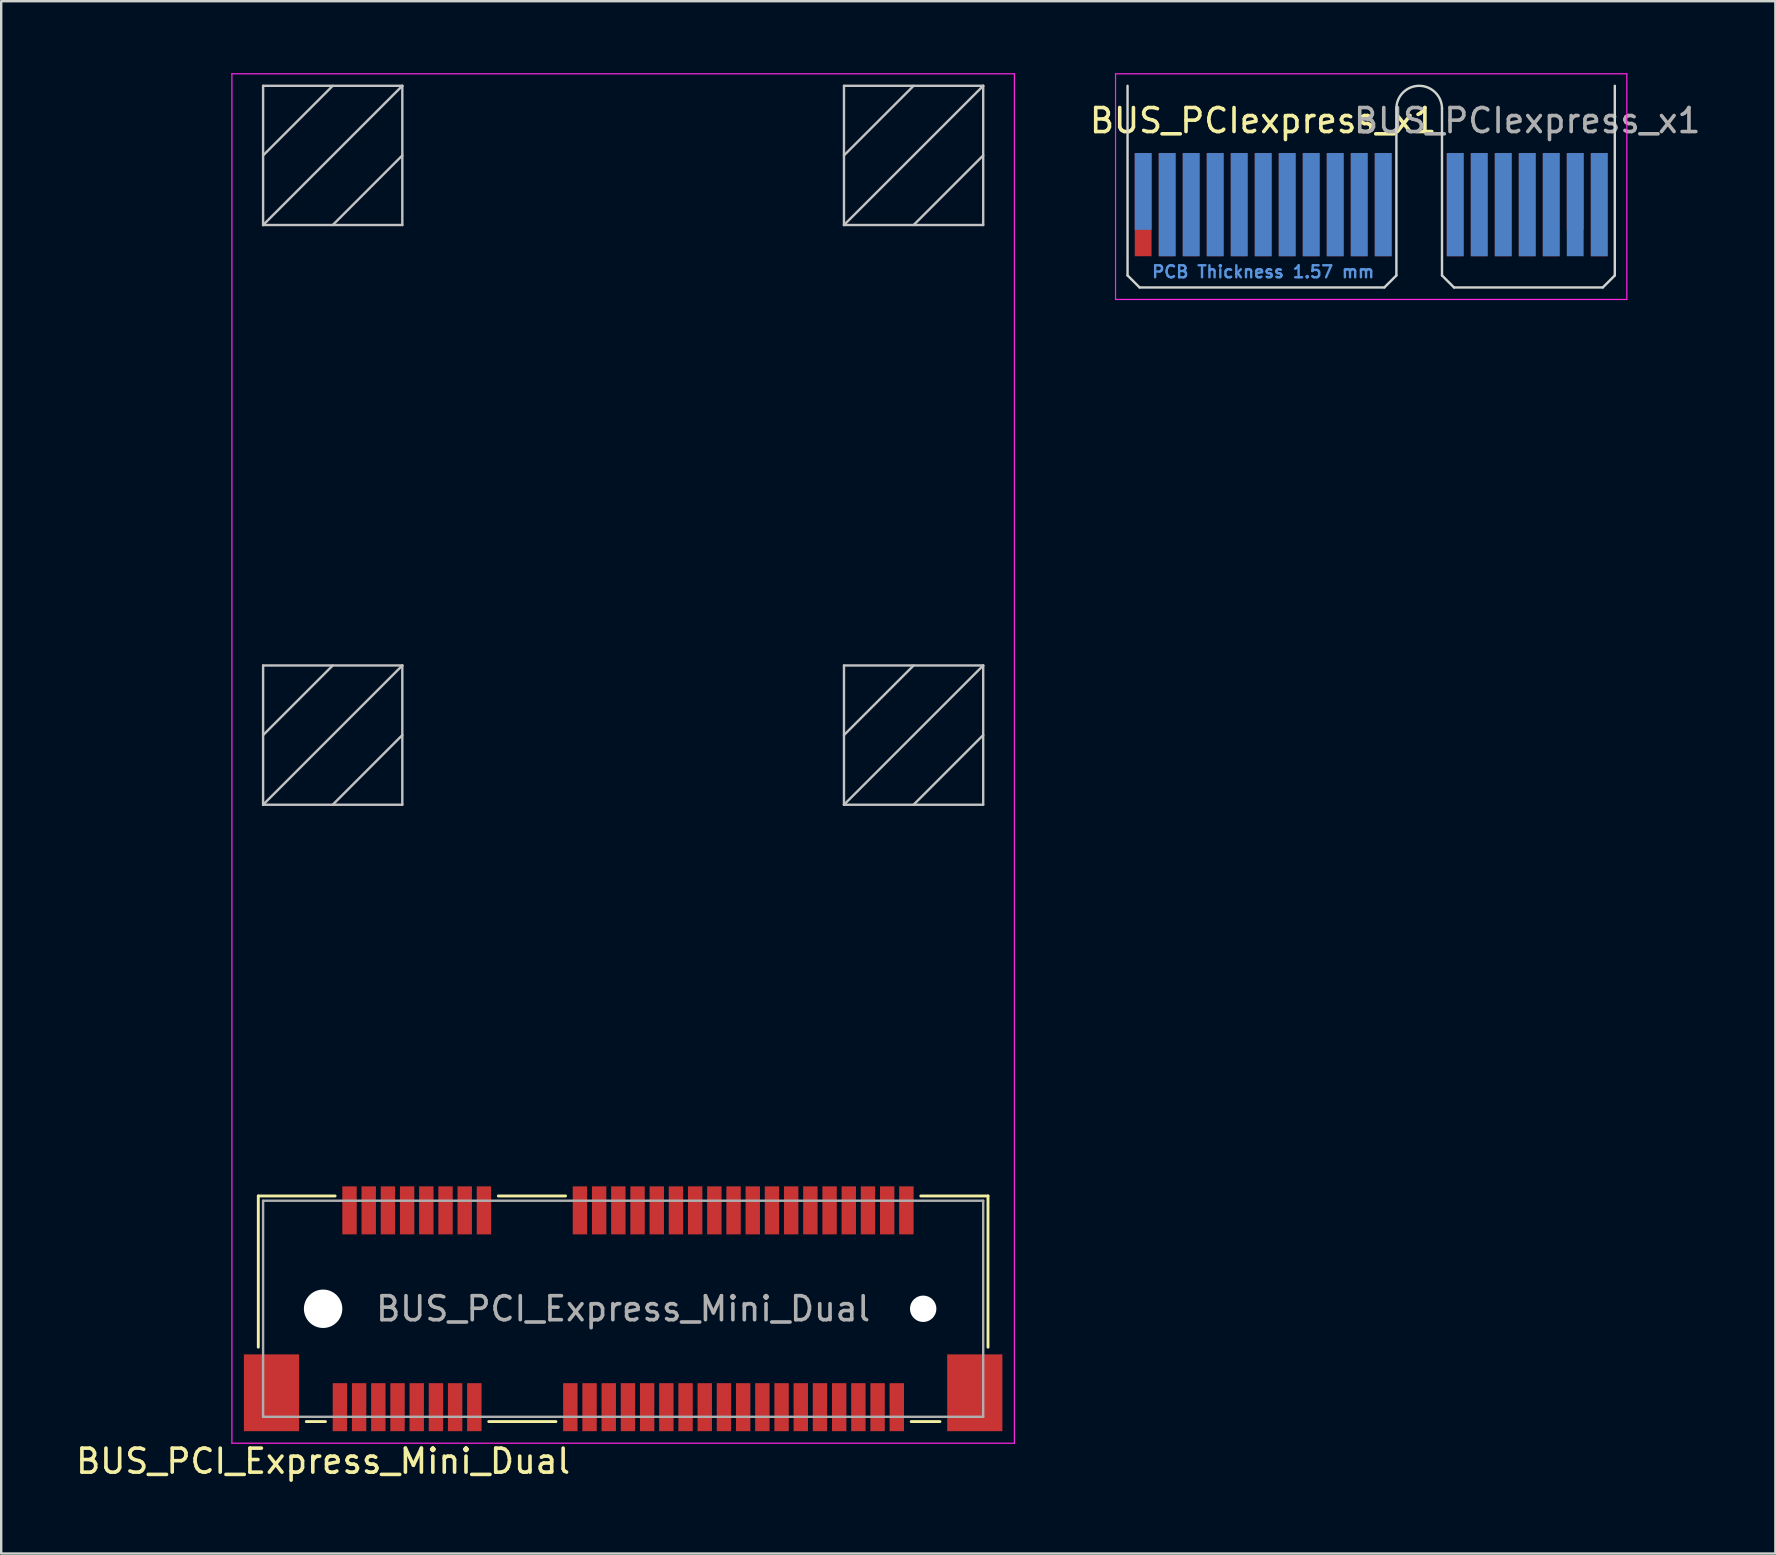
<source format=kicad_pcb>
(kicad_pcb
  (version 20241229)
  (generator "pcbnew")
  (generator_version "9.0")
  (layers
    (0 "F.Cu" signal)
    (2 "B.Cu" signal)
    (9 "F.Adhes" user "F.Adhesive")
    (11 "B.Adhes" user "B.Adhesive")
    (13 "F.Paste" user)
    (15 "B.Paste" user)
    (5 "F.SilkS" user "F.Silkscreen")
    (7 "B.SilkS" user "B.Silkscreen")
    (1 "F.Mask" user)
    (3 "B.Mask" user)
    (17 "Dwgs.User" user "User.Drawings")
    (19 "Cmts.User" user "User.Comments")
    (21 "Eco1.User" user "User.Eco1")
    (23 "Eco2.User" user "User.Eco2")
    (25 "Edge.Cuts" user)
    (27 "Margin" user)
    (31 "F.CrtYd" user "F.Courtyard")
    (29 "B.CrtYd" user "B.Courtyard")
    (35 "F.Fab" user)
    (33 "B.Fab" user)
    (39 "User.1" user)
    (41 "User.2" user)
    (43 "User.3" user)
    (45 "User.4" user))
  (footprint "BUS_PCI_Express_Mini_Dual"
    (layer "F.Cu")
    (at 22.911 51.475)
    (property "Reference" "BUS_PCI_Express_Mini_Dual" (at -12.5 6.35 180) (layer "F.SilkS") (effects (font (size 1 1) (thickness 0.15))))
    (attr smd)
    (fp_line (start -15.2 -4.7) (end -15.2 1.6) (stroke (width 0.12) (type solid)) (layer "F.SilkS"))
    (fp_line (start -13.2 4.7) (end -12.4 4.7) (stroke (width 0.12) (type solid)) (layer "F.SilkS"))
    (fp_line (start -12 -4.7) (end -15.2 -4.7) (stroke (width 0.12) (type solid)) (layer "F.SilkS"))
    (fp_line (start -5.6 4.7) (end -2.8 4.7) (stroke (width 0.12) (type solid)) (layer "F.SilkS"))
    (fp_line (start -5.2 -4.7) (end -2.4 -4.7) (stroke (width 0.12) (type solid)) (layer "F.SilkS"))
    (fp_line (start 12 4.7) (end 13.2 4.7) (stroke (width 0.12) (type solid)) (layer "F.SilkS"))
    (fp_line (start 12.4 -4.7) (end 15.2 -4.7) (stroke (width 0.12) (type solid)) (layer "F.SilkS"))
    (fp_line (start 15.2 1.6) (end 15.2 -4.7) (stroke (width 0.12) (type solid)) (layer "F.SilkS"))
    (fp_line (start -15 -50.95) (end -15 -45.15) (stroke (width 0.1) (type solid)) (layer "Dwgs.User"))
    (fp_line (start -15 -50.95) (end -9.2 -50.95) (stroke (width 0.1) (type solid)) (layer "Dwgs.User"))
    (fp_line (start -15 -45.15) (end -9.2 -45.15) (stroke (width 0.1) (type solid)) (layer "Dwgs.User"))
    (fp_line (start -15 -26.8) (end -15 -21) (stroke (width 0.1) (type solid)) (layer "Dwgs.User"))
    (fp_line (start -15 -21) (end -9.2 -21) (stroke (width 0.1) (type solid)) (layer "Dwgs.User"))
    (fp_line (start -12.1 -50.95) (end -15 -48.05) (stroke (width 0.1) (type solid)) (layer "Dwgs.User"))
    (fp_line (start -12.1 -26.8) (end -15 -23.9) (stroke (width 0.1) (type solid)) (layer "Dwgs.User"))
    (fp_line (start -9.2 -50.95) (end -15 -45.15) (stroke (width 0.1) (type solid)) (layer "Dwgs.User"))
    (fp_line (start -9.2 -50.95) (end -9.2 -45.15) (stroke (width 0.1) (type solid)) (layer "Dwgs.User"))
    (fp_line (start -9.2 -48.05) (end -12.1 -45.15) (stroke (width 0.1) (type solid)) (layer "Dwgs.User"))
    (fp_line (start -9.2 -26.8) (end -15 -26.8) (stroke (width 0.1) (type solid)) (layer "Dwgs.User"))
    (fp_line (start -9.2 -26.8) (end -15 -21) (stroke (width 0.1) (type solid)) (layer "Dwgs.User"))
    (fp_line (start -9.2 -23.9) (end -12.1 -21) (stroke (width 0.1) (type solid)) (layer "Dwgs.User"))
    (fp_line (start -9.2 -21) (end -9.2 -26.8) (stroke (width 0.1) (type solid)) (layer "Dwgs.User"))
    (fp_line (start 9.2 -50.95) (end 9.2 -45.15) (stroke (width 0.1) (type solid)) (layer "Dwgs.User"))
    (fp_line (start 9.2 -50.95) (end 15 -50.95) (stroke (width 0.1) (type solid)) (layer "Dwgs.User"))
    (fp_line (start 9.2 -45.15) (end 15 -45.15) (stroke (width 0.1) (type solid)) (layer "Dwgs.User"))
    (fp_line (start 9.2 -26.8) (end 15 -26.8) (stroke (width 0.1) (type solid)) (layer "Dwgs.User"))
    (fp_line (start 9.2 -21) (end 9.2 -26.8) (stroke (width 0.1) (type solid)) (layer "Dwgs.User"))
    (fp_line (start 12.1 -50.95) (end 9.2 -48.05) (stroke (width 0.1) (type solid)) (layer "Dwgs.User"))
    (fp_line (start 12.1 -26.8) (end 9.2 -23.9) (stroke (width 0.1) (type solid)) (layer "Dwgs.User"))
    (fp_line (start 15 -50.95) (end 9.2 -45.15) (stroke (width 0.1) (type solid)) (layer "Dwgs.User"))
    (fp_line (start 15 -50.95) (end 15 -45.15) (stroke (width 0.1) (type solid)) (layer "Dwgs.User"))
    (fp_line (start 15 -48.05) (end 12.1 -45.15) (stroke (width 0.1) (type solid)) (layer "Dwgs.User"))
    (fp_line (start 15 -26.8) (end 9.2 -21) (stroke (width 0.1) (type solid)) (layer "Dwgs.User"))
    (fp_line (start 15 -26.8) (end 15 -21) (stroke (width 0.1) (type solid)) (layer "Dwgs.User"))
    (fp_line (start 15 -23.9) (end 12.1 -21) (stroke (width 0.1) (type solid)) (layer "Dwgs.User"))
    (fp_line (start 15 -21) (end 9.2 -21) (stroke (width 0.1) (type solid)) (layer "Dwgs.User"))
    (fp_line (start -16.3 -51.45) (end 16.3 -51.45) (stroke (width 0.05) (type solid)) (layer "F.CrtYd"))
    (fp_line (start -16.3 5.6) (end -16.3 -51.45) (stroke (width 0.05) (type solid)) (layer "F.CrtYd"))
    (fp_line (start 16.3 -51.45) (end 16.3 5.6) (stroke (width 0.05) (type solid)) (layer "F.CrtYd"))
    (fp_line (start 16.3 5.6) (end -16.3 5.6) (stroke (width 0.05) (type solid)) (layer "F.CrtYd"))
    (fp_line (start -15 -4.5) (end -15 4.5) (stroke (width 0.1) (type solid)) (layer "F.Fab"))
    (fp_line (start -15 4.5) (end 15 4.5) (stroke (width 0.1) (type solid)) (layer "F.Fab"))
    (fp_line (start 15 -4.5) (end -15 -4.5) (stroke (width 0.1) (type solid)) (layer "F.Fab"))
    (fp_line (start 15 4.5) (end 15 -4.5) (stroke (width 0.1) (type solid)) (layer "F.Fab"))
    (fp_text user "${REFERENCE}" (at 0 0 0) (layer "F.Fab") (effects (font (size 1 1) (thickness 0.15))))
    (pad "" np_thru_hole circle (at -12.5 0) (size 1.6 1.6) (drill 1.6) (layers "*.Cu" "*.Mask"))
    (pad "" np_thru_hole circle (at 12.5 0) (size 1.1 1.1) (drill 1.1) (layers "*.Cu" "*.Mask"))
    (pad "1" smd rect (at -11.8 4.1) (size 0.6 2) (layers "F.Cu" "F.Mask" "F.Paste"))
    (pad "2" smd rect (at -11.4 -4.1) (size 0.6 2) (layers "F.Cu" "F.Mask" "F.Paste"))
    (pad "3" smd rect (at -11 4.1) (size 0.6 2) (layers "F.Cu" "F.Mask" "F.Paste"))
    (pad "4" smd rect (at -10.6 -4.1) (size 0.6 2) (layers "F.Cu" "F.Mask" "F.Paste"))
    (pad "5" smd rect (at -10.2 4.1) (size 0.6 2) (layers "F.Cu" "F.Mask" "F.Paste"))
    (pad "6" smd rect (at -9.8 -4.1) (size 0.6 2) (layers "F.Cu" "F.Mask" "F.Paste"))
    (pad "7" smd rect (at -9.4 4.1) (size 0.6 2) (layers "F.Cu" "F.Mask" "F.Paste"))
    (pad "8" smd rect (at -9 -4.1) (size 0.6 2) (layers "F.Cu" "F.Mask" "F.Paste"))
    (pad "9" smd rect (at -8.6 4.1) (size 0.6 2) (layers "F.Cu" "F.Mask" "F.Paste"))
    (pad "10" smd rect (at -8.2 -4.1) (size 0.6 2) (layers "F.Cu" "F.Mask" "F.Paste"))
    (pad "11" smd rect (at -7.8 4.1) (size 0.6 2) (layers "F.Cu" "F.Mask" "F.Paste"))
    (pad "12" smd rect (at -7.4 -4.1) (size 0.6 2) (layers "F.Cu" "F.Mask" "F.Paste"))
    (pad "13" smd rect (at -7 4.1) (size 0.6 2) (layers "F.Cu" "F.Mask" "F.Paste"))
    (pad "14" smd rect (at -6.6 -4.1) (size 0.6 2) (layers "F.Cu" "F.Mask" "F.Paste"))
    (pad "15" smd rect (at -6.2 4.1) (size 0.6 2) (layers "F.Cu" "F.Mask" "F.Paste"))
    (pad "16" smd rect (at -5.8 -4.1) (size 0.6 2) (layers "F.Cu" "F.Mask" "F.Paste"))
    (pad "17" smd rect (at -2.2 4.1) (size 0.6 2) (layers "F.Cu" "F.Mask" "F.Paste"))
    (pad "18" smd rect (at -1.8 -4.1) (size 0.6 2) (layers "F.Cu" "F.Mask" "F.Paste"))
    (pad "19" smd rect (at -1.4 4.1) (size 0.6 2) (layers "F.Cu" "F.Mask" "F.Paste"))
    (pad "20" smd rect (at -1 -4.1) (size 0.6 2) (layers "F.Cu" "F.Mask" "F.Paste"))
    (pad "21" smd rect (at -0.6 4.1) (size 0.6 2) (layers "F.Cu" "F.Mask" "F.Paste"))
    (pad "22" smd rect (at -0.2 -4.1) (size 0.6 2) (layers "F.Cu" "F.Mask" "F.Paste"))
    (pad "23" smd rect (at 0.2 4.1) (size 0.6 2) (layers "F.Cu" "F.Mask" "F.Paste"))
    (pad "24" smd rect (at 0.6 -4.1) (size 0.6 2) (layers "F.Cu" "F.Mask" "F.Paste"))
    (pad "25" smd rect (at 1 4.1) (size 0.6 2) (layers "F.Cu" "F.Mask" "F.Paste"))
    (pad "26" smd rect (at 1.4 -4.1) (size 0.6 2) (layers "F.Cu" "F.Mask" "F.Paste"))
    (pad "27" smd rect (at 1.8 4.1) (size 0.6 2) (layers "F.Cu" "F.Mask" "F.Paste"))
    (pad "28" smd rect (at 2.2 -4.1) (size 0.6 2) (layers "F.Cu" "F.Mask" "F.Paste"))
    (pad "29" smd rect (at 2.6 4.1) (size 0.6 2) (layers "F.Cu" "F.Mask" "F.Paste"))
    (pad "30" smd rect (at 3 -4.1) (size 0.6 2) (layers "F.Cu" "F.Mask" "F.Paste"))
    (pad "31" smd rect (at 3.4 4.1) (size 0.6 2) (layers "F.Cu" "F.Mask" "F.Paste"))
    (pad "32" smd rect (at 3.8 -4.1) (size 0.6 2) (layers "F.Cu" "F.Mask" "F.Paste"))
    (pad "33" smd rect (at 4.2 4.1) (size 0.6 2) (layers "F.Cu" "F.Mask" "F.Paste"))
    (pad "34" smd rect (at 4.6 -4.1) (size 0.6 2) (layers "F.Cu" "F.Mask" "F.Paste"))
    (pad "35" smd rect (at 5 4.1) (size 0.6 2) (layers "F.Cu" "F.Mask" "F.Paste"))
    (pad "36" smd rect (at 5.4 -4.1) (size 0.6 2) (layers "F.Cu" "F.Mask" "F.Paste"))
    (pad "37" smd rect (at 5.8 4.1) (size 0.6 2) (layers "F.Cu" "F.Mask" "F.Paste"))
    (pad "38" smd rect (at 6.2 -4.1) (size 0.6 2) (layers "F.Cu" "F.Mask" "F.Paste"))
    (pad "39" smd rect (at 6.6 4.1) (size 0.6 2) (layers "F.Cu" "F.Mask" "F.Paste"))
    (pad "40" smd rect (at 7 -4.1) (size 0.6 2) (layers "F.Cu" "F.Mask" "F.Paste"))
    (pad "41" smd rect (at 7.4 4.1) (size 0.6 2) (layers "F.Cu" "F.Mask" "F.Paste"))
    (pad "42" smd rect (at 7.8 -4.1) (size 0.6 2) (layers "F.Cu" "F.Mask" "F.Paste"))
    (pad "43" smd rect (at 8.2 4.1) (size 0.6 2) (layers "F.Cu" "F.Mask" "F.Paste"))
    (pad "44" smd rect (at 8.6 -4.1) (size 0.6 2) (layers "F.Cu" "F.Mask" "F.Paste"))
    (pad "45" smd rect (at 9 4.1) (size 0.6 2) (layers "F.Cu" "F.Mask" "F.Paste"))
    (pad "46" smd rect (at 9.4 -4.1) (size 0.6 2) (layers "F.Cu" "F.Mask" "F.Paste"))
    (pad "47" smd rect (at 9.8 4.1) (size 0.6 2) (layers "F.Cu" "F.Mask" "F.Paste"))
    (pad "48" smd rect (at 10.2 -4.1) (size 0.6 2) (layers "F.Cu" "F.Mask" "F.Paste"))
    (pad "49" smd rect (at 10.6 4.1) (size 0.6 2) (layers "F.Cu" "F.Mask" "F.Paste"))
    (pad "50" smd rect (at 11 -4.1) (size 0.6 2) (layers "F.Cu" "F.Mask" "F.Paste"))
    (pad "51" smd rect (at 11.4 4.1) (size 0.6 2) (layers "F.Cu" "F.Mask" "F.Paste"))
    (pad "52" smd rect (at 11.8 -4.1) (size 0.6 2) (layers "F.Cu" "F.Mask" "F.Paste"))
    (pad "MP" smd rect (at -14.65 3.5) (size 2.3 3.2) (layers "F.Cu" "F.Mask" "F.Paste"))
    (pad "MP" smd rect (at 14.65 3.5) (size 2.3 3.2) (layers "F.Cu" "F.Mask" "F.Paste")))
  (footprint "BUS_PCIexpress_x1"
    (layer "F.Cu")
    (at 44.575 5.475)
    (property "Reference" "BUS_PCIexpress_x1" (at 5 -3.5 0) (layer "F.SilkS") (effects (font (size 1 1) (thickness 0.15))))
    (attr exclude_from_pos_files exclude_from_bom)
    (fp_line (start -0.65 -4.95) (end -0.65 2.95) (stroke (width 0.1) (type solid)) (layer "Edge.Cuts"))
    (fp_line (start -0.65 2.95) (end -0.15 3.45) (stroke (width 0.1) (type solid)) (layer "Edge.Cuts"))
    (fp_line (start -0.15 3.45) (end 10.05 3.45) (stroke (width 0.1) (type solid)) (layer "Edge.Cuts"))
    (fp_line (start 10.55 -4) (end 10.55 2.95) (stroke (width 0.1) (type solid)) (layer "Edge.Cuts"))
    (fp_line (start 10.55 2.95) (end 10.05 3.45) (stroke (width 0.1) (type solid)) (layer "Edge.Cuts"))
    (fp_line (start 12.45 -4) (end 12.45 2.95) (stroke (width 0.1) (type solid)) (layer "Edge.Cuts"))
    (fp_line (start 12.45 2.95) (end 12.95 3.45) (stroke (width 0.1) (type solid)) (layer "Edge.Cuts"))
    (fp_line (start 12.95 3.45) (end 19.15 3.45) (stroke (width 0.1) (type solid)) (layer "Edge.Cuts"))
    (fp_line (start 19.65 -4.95) (end 19.65 2.95) (stroke (width 0.1) (type solid)) (layer "Edge.Cuts"))
    (fp_line (start 19.65 2.95) (end 19.15 3.45) (stroke (width 0.1) (type solid)) (layer "Edge.Cuts"))
    (fp_arc (start 10.55 -4) (mid 11.5 -4.95) (end 12.45 -4) (stroke (width 0.1) (type solid)) (layer "Edge.Cuts"))
    (fp_line (start -1.15 -5.45) (end -1.15 3.95) (stroke (width 0.05) (type solid)) (layer "F.CrtYd"))
    (fp_line (start -1.15 -5.45) (end 20.15 -5.45) (stroke (width 0.05) (type solid)) (layer "F.CrtYd"))
    (fp_line (start 20.15 3.95) (end -1.15 3.95) (stroke (width 0.05) (type solid)) (layer "F.CrtYd"))
    (fp_line (start 20.15 3.95) (end 20.15 -5.45) (stroke (width 0.05) (type solid)) (layer "F.CrtYd"))
    (fp_text user "PCB Thickness 1.57 mm" (at 5 2.8 180) (layer "Cmts.User") (effects (font (size 0.5 0.5) (thickness 0.1))))
    (fp_text user "${REFERENCE}" (at 16 -3.5 0) (layer "F.Fab") (effects (font (size 1 1) (thickness 0.15))))
    (pad "A1" connect rect (at 0 -0.55) (size 0.7 3.2) (layers "B.Cu" "B.Mask"))
    (pad "A2" connect rect (at 1 0) (size 0.7 4.3) (layers "B.Cu" "B.Mask"))
    (pad "A3" connect rect (at 2 0) (size 0.7 4.3) (layers "B.Cu" "B.Mask"))
    (pad "A4" connect rect (at 3 0) (size 0.7 4.3) (layers "B.Cu" "B.Mask"))
    (pad "A5" connect rect (at 4 0) (size 0.7 4.3) (layers "B.Cu" "B.Mask"))
    (pad "A6" connect rect (at 5 0) (size 0.7 4.3) (layers "B.Cu" "B.Mask"))
    (pad "A7" connect rect (at 6 0) (size 0.7 4.3) (layers "B.Cu" "B.Mask"))
    (pad "A8" connect rect (at 7 0) (size 0.7 4.3) (layers "B.Cu" "B.Mask"))
    (pad "A9" connect rect (at 8 0) (size 0.7 4.3) (layers "B.Cu" "B.Mask"))
    (pad "A10" connect rect (at 9 0) (size 0.7 4.3) (layers "B.Cu" "B.Mask"))
    (pad "A11" connect rect (at 10 0) (size 0.7 4.3) (layers "B.Cu" "B.Mask"))
    (pad "A12" connect rect (at 13 0) (size 0.7 4.3) (layers "B.Cu" "B.Mask"))
    (pad "A13" connect rect (at 14 0) (size 0.7 4.3) (layers "B.Cu" "B.Mask"))
    (pad "A14" connect rect (at 15 0) (size 0.7 4.3) (layers "B.Cu" "B.Mask"))
    (pad "A15" connect rect (at 16 0) (size 0.7 4.3) (layers "B.Cu" "B.Mask"))
    (pad "A16" connect rect (at 17 0) (size 0.7 4.3) (layers "B.Cu" "B.Mask"))
    (pad "A17" connect rect (at 18 0) (size 0.7 4.3) (layers "B.Cu" "B.Mask"))
    (pad "A18" connect rect (at 19 0) (size 0.7 4.3) (layers "B.Cu" "B.Mask"))
    (pad "B1" connect rect (at 0 0) (size 0.7 4.3) (layers "F.Cu" "F.Mask"))
    (pad "B2" connect rect (at 1 0) (size 0.7 4.3) (layers "F.Cu" "F.Mask"))
    (pad "B3" connect rect (at 2 0) (size 0.7 4.3) (layers "F.Cu" "F.Mask"))
    (pad "B4" connect rect (at 3 0) (size 0.7 4.3) (layers "F.Cu" "F.Mask"))
    (pad "B5" connect rect (at 4 0) (size 0.7 4.3) (layers "F.Cu" "F.Mask"))
    (pad "B6" connect rect (at 5 0) (size 0.7 4.3) (layers "F.Cu" "F.Mask"))
    (pad "B7" connect rect (at 6 0) (size 0.7 4.3) (layers "F.Cu" "F.Mask"))
    (pad "B8" connect rect (at 7 0) (size 0.7 4.3) (layers "F.Cu" "F.Mask"))
    (pad "B9" connect rect (at 8 0) (size 0.7 4.3) (layers "F.Cu" "F.Mask"))
    (pad "B10" connect rect (at 9 0) (size 0.7 4.3) (layers "F.Cu" "F.Mask"))
    (pad "B11" connect rect (at 10 0) (size 0.7 4.3) (layers "F.Cu" "F.Mask"))
    (pad "B12" connect rect (at 13 0) (size 0.7 4.3) (layers "F.Cu" "F.Mask"))
    (pad "B13" connect rect (at 14 0) (size 0.7 4.3) (layers "F.Cu" "F.Mask"))
    (pad "B14" connect rect (at 15 0) (size 0.7 4.3) (layers "F.Cu" "F.Mask"))
    (pad "B15" connect rect (at 16 0) (size 0.7 4.3) (layers "F.Cu" "F.Mask"))
    (pad "B16" connect rect (at 17 0) (size 0.7 4.3) (layers "F.Cu" "F.Mask"))
    (pad "B17" connect rect (at 18 -0.55) (size 0.7 3.2) (layers "F.Cu" "F.Mask"))
    (pad "B18" connect rect (at 19 0) (size 0.7 4.3) (layers "F.Cu" "F.Mask")))
  (gr_rect
    (start -3 -3)
    (end 70.914 61.673)
    (stroke (width 0.1) (type default))
    (fill no)
    (layer "Edge.Cuts")))
</source>
